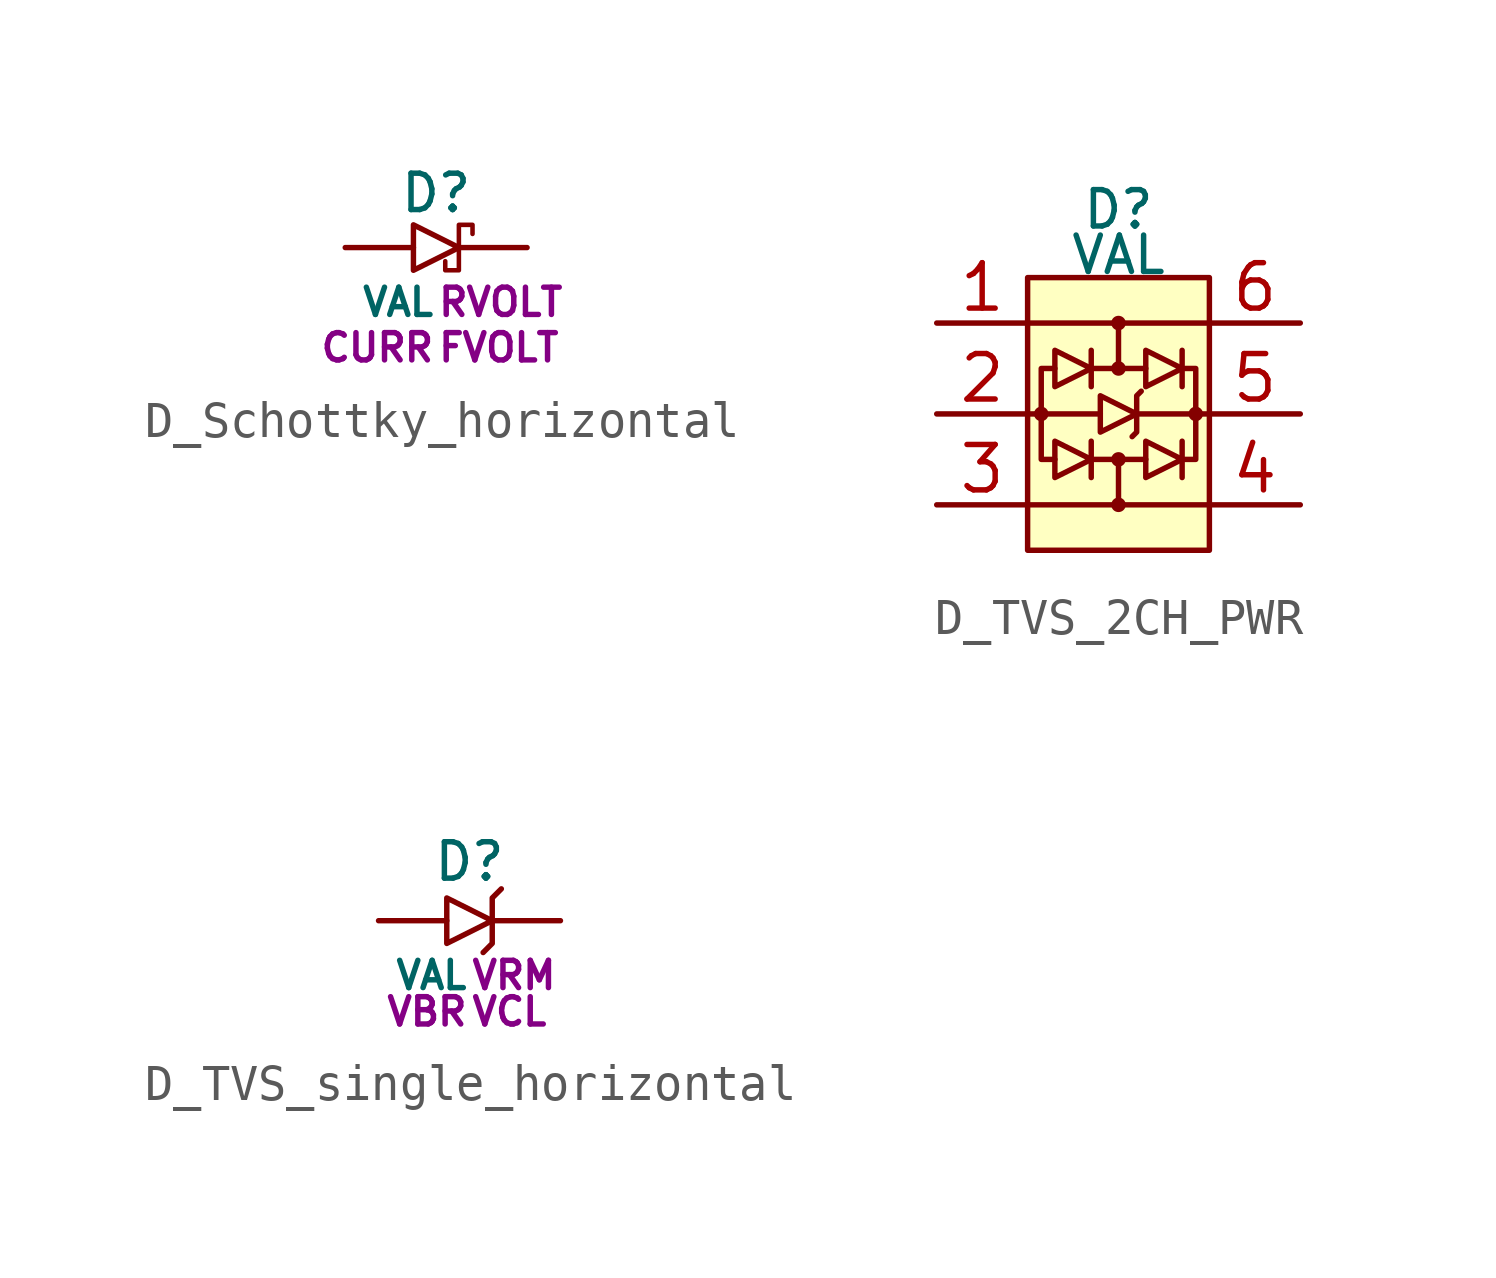
<source format=kicad_sym>
(kicad_symbol_lib
  (version 20241209)
  (generator "kicad_symbol_editor")
  (generator_version "9.0")
  (symbol "D_Schottky_horizontal"
    (pin_numbers
      (hide yes))
    (property "Reference" "D"
      (at 0 1.524 0)
      (do_not_autoplace)
      (effects (font (size 1.016 1.016))))
    (property "Value" "VAL"
      (at 0 -1.524 0)
      (do_not_autoplace)
      (effects (font (size 0.762 0.762)) (justify right)))
    (property "Reverse Voltage" "RVOLT"
      (at 0 -1.524 0)
      (do_not_autoplace)
      (effects (font (size 0.762 0.762)) (justify left)))
    (property "Forward Voltage" "FVOLT"
      (at 0 -2.794 0)
      (do_not_autoplace)
      (effects (font (size 0.762 0.762)) (justify left)))
    (property "Current" "CURR"
      (at 0 -2.794 0)
      (do_not_autoplace)
      (effects (font (size 0.762 0.762)) (justify right)))
    (symbol "D_Schottky_horizontal_1_0"
      (pin passive line (at -2.54 0 0) (length 1.905) (name "" (effects (font (size 1.27 1.27)))) (number "1" (effects (font (size 1.27 1.27)))))
      (pin passive line (at 2.54 0 180) (length 1.905) (name "" (effects (font (size 1.27 1.27)))) (number "2" (effects (font (size 1.27 1.27))))))
    (symbol "D_Schottky_horizontal_1_1"
      (polyline (pts (xy -0.635 0.635) (xy -0.635 -0.635) (xy 0.635 0) (xy -0.635 0.635)) (stroke (width 0.152) (type default)) (fill (type none)))
      (polyline (pts (xy 0.635 0) (xy 0.635 0.635) (xy 0.889 0.635) (xy 1.016 0.635) (xy 1.016 0.381)) (stroke (width 0.127) (type default)) (fill (type none)))
      (polyline (pts (xy 0.635 0) (xy 0.635 -0.635) (xy 0.381 -0.635) (xy 0.254 -0.635) (xy 0.254 -0.381)) (stroke (width 0.127) (type default)) (fill (type none)))))
  (symbol "D_TVS_2CH_PWR"
    (pin_names
      (hide yes))
    (property "Reference" "D"
      (at 0 5.715 0)
      (do_not_autoplace)
      (effects (font (size 1.016 1.016))))
    (property "Value" "VAL"
      (at 0 4.445 0)
      (do_not_autoplace)
      (effects (font (size 1.016 1.016))))
    (symbol "D_TVS_2CH_PWR_0_0"
      (pin input line (at -5.08 2.54 0) (length 2.54) (name "IN1" (effects (font (size 1.27 1.27)))) (number "1" (effects (font (size 1.27 1.27)))))
      (pin passive line (at -5.08 0 0) (length 2.54) (name "GND" (effects (font (size 1.27 1.27)))) (number "2" (effects (font (size 1.27 1.27)))))
      (pin input line (at -5.08 -2.54 0) (length 2.54) (name "IN2" (effects (font (size 1.27 1.27)))) (number "3" (effects (font (size 1.27 1.27)))))
      (pin output line (at 5.08 2.54 180) (length 2.54) (name "OUT1" (effects (font (size 1.27 1.27)))) (number "6" (effects (font (size 1.27 1.27)))))
      (pin power_in line (at 5.08 0 180) (length 2.54) (name "VBUS" (effects (font (size 1.27 1.27)))) (number "5" (effects (font (size 1.27 1.27)))))
      (pin output line (at 5.08 -2.54 180) (length 2.54) (name "OUT2" (effects (font (size 1.27 1.27)))) (number "4" (effects (font (size 1.27 1.27))))))
    (symbol "D_TVS_2CH_PWR_0_1"
      (polyline (pts (xy -2.54 2.54) (xy 2.54 2.54)) (stroke (width 0) (type default)) (fill (type none)))
      (polyline (pts (xy -0.762 1.778) (xy -0.762 0.762)) (stroke (width 0) (type default)) (fill (type none)))
      (polyline (pts (xy -0.762 -0.762) (xy -0.762 -1.778)) (stroke (width 0) (type default)) (fill (type none)))
      (polyline (pts (xy 0.508 0) (xy 0.508 0.508) (xy 0.635 0.635)) (stroke (width 0) (type default)) (fill (type none)))
      (polyline (pts (xy 0.508 0) (xy 0.508 -0.508) (xy 0.381 -0.635)) (stroke (width 0) (type default)) (fill (type none)))
      (polyline (pts (xy 1.778 1.778) (xy 1.778 0.762)) (stroke (width 0) (type default)) (fill (type none)))
      (polyline (pts (xy 1.778 -0.762) (xy 1.778 -1.778)) (stroke (width 0) (type default)) (fill (type none))))
    (symbol "D_TVS_2CH_PWR_1_1"
      (rectangle (start -2.54 3.81) (end 2.54 -3.81) (stroke (width 0) (type default)) (fill (type background)))
      (polyline (pts (xy -2.54 0) (xy -2.54 0)) (stroke (width 0) (type default)) (fill (type none)))
      (polyline (pts (xy -2.54 0) (xy -0.508 0)) (stroke (width 0) (type default)) (fill (type none)))
      (polyline (pts (xy -2.54 -2.54) (xy 2.54 -2.54)) (stroke (width 0) (type default)) (fill (type none)))
      (circle (center -2.159 0) (radius 0.127) (stroke (width 0) (type default)) (fill (type outline)))
      (polyline (pts (xy -2.159 0) (xy -2.159 1.27) (xy -1.778 1.27)) (stroke (width 0) (type default)) (fill (type none)))
      (polyline (pts (xy -1.778 1.778) (xy -1.778 0.762) (xy -0.762 1.27) (xy -1.778 1.778)) (stroke (width 0.152) (type default)) (fill (type none)))
      (polyline (pts (xy -1.778 -0.762) (xy -1.778 -1.778) (xy -0.762 -1.27) (xy -1.778 -0.762)) (stroke (width 0.152) (type default)) (fill (type none)))
      (polyline (pts (xy -1.778 -1.27) (xy -2.159 -1.27) (xy -2.159 0)) (stroke (width 0) (type default)) (fill (type none)))
      (polyline (pts (xy -0.762 1.27) (xy 0.762 1.27)) (stroke (width 0) (type default)) (fill (type none)))
      (polyline (pts (xy -0.762 -1.27) (xy 0.762 -1.27)) (stroke (width 0) (type default)) (fill (type none)))
      (polyline (pts (xy -0.508 0.508) (xy -0.508 -0.508) (xy 0.508 0) (xy -0.508 0.508)) (stroke (width 0.152) (type default)) (fill (type none)))
      (circle (center 0 2.54) (radius 0.127) (stroke (width 0) (type default)) (fill (type outline)))
      (circle (center 0 1.27) (radius 0.127) (stroke (width 0) (type default)) (fill (type outline)))
      (polyline (pts (xy 0 1.27) (xy 0 2.54)) (stroke (width 0) (type default)) (fill (type none)))
      (circle (center 0 -1.27) (radius 0.127) (stroke (width 0) (type default)) (fill (type outline)))
      (polyline (pts (xy 0 -2.54) (xy 0 -1.27)) (stroke (width 0) (type default)) (fill (type none)))
      (circle (center 0 -2.54) (radius 0.127) (stroke (width 0) (type default)) (fill (type outline)))
      (polyline (pts (xy 0.508 0) (xy 2.54 0)) (stroke (width 0) (type default)) (fill (type none)))
      (polyline (pts (xy 0.762 1.778) (xy 0.762 0.762) (xy 1.778 1.27) (xy 0.762 1.778)) (stroke (width 0.152) (type default)) (fill (type none)))
      (polyline (pts (xy 0.762 -0.762) (xy 0.762 -1.778) (xy 1.778 -1.27) (xy 0.762 -0.762)) (stroke (width 0.152) (type default)) (fill (type none)))
      (polyline (pts (xy 1.778 1.27) (xy 2.159 1.27) (xy 2.159 0)) (stroke (width 0) (type default)) (fill (type none)))
      (polyline (pts (xy 1.778 -1.27) (xy 2.159 -1.27) (xy 2.159 0)) (stroke (width 0) (type default)) (fill (type none)))
      (circle (center 2.159 0) (radius 0.127) (stroke (width 0) (type default)) (fill (type outline)))))
  (symbol "D_TVS_single_horizontal"
    (pin_numbers
      (hide yes))
    (property "Reference" "D"
      (at 0 1.651 0)
      (do_not_autoplace)
      (effects (font (size 1.016 1.016))))
    (property "Value" "VAL"
      (at 0 -1.524 0)
      (do_not_autoplace)
      (effects (font (size 0.762 0.762)) (justify right)))
    (property "Voltage - Reverse Stabdoff" "VRM"
      (at 0 -1.524 0)
      (do_not_autoplace)
      (effects (font (size 0.762 0.762)) (justify left)))
    (property "Voltage - Breakdown" "VBR"
      (at 0 -2.54 0)
      (do_not_autoplace)
      (effects (font (size 0.762 0.762)) (justify right)))
    (property "Voltage - Clamping" "VCL"
      (at 0 -2.54 0)
      (do_not_autoplace)
      (effects (font (size 0.762 0.762)) (justify left)))
    (symbol "D_TVS_single_horizontal_0_1"
      (polyline (pts (xy 0.635 0) (xy 0.635 0.635) (xy 0.889 0.889)) (stroke (width 0) (type default)) (fill (type none)))
      (polyline (pts (xy 0.635 0) (xy 0.635 -0.635) (xy 0.381 -0.889)) (stroke (width 0) (type default)) (fill (type none))))
    (symbol "D_TVS_single_horizontal_1_0"
      (pin passive line (at -2.54 0 0) (length 1.905) (name "" (effects (font (size 1.27 1.27)))) (number "1" (effects (font (size 1.27 1.27)))))
      (pin passive line (at 2.54 0 180) (length 1.905) (name "" (effects (font (size 1.27 1.27)))) (number "2" (effects (font (size 1.27 1.27))))))
    (symbol "D_TVS_single_horizontal_1_1"
      (polyline (pts (xy -0.635 0.635) (xy -0.635 -0.635) (xy 0.635 0) (xy -0.635 0.635)) (stroke (width 0.152) (type default)) (fill (type none))))))
</source>
